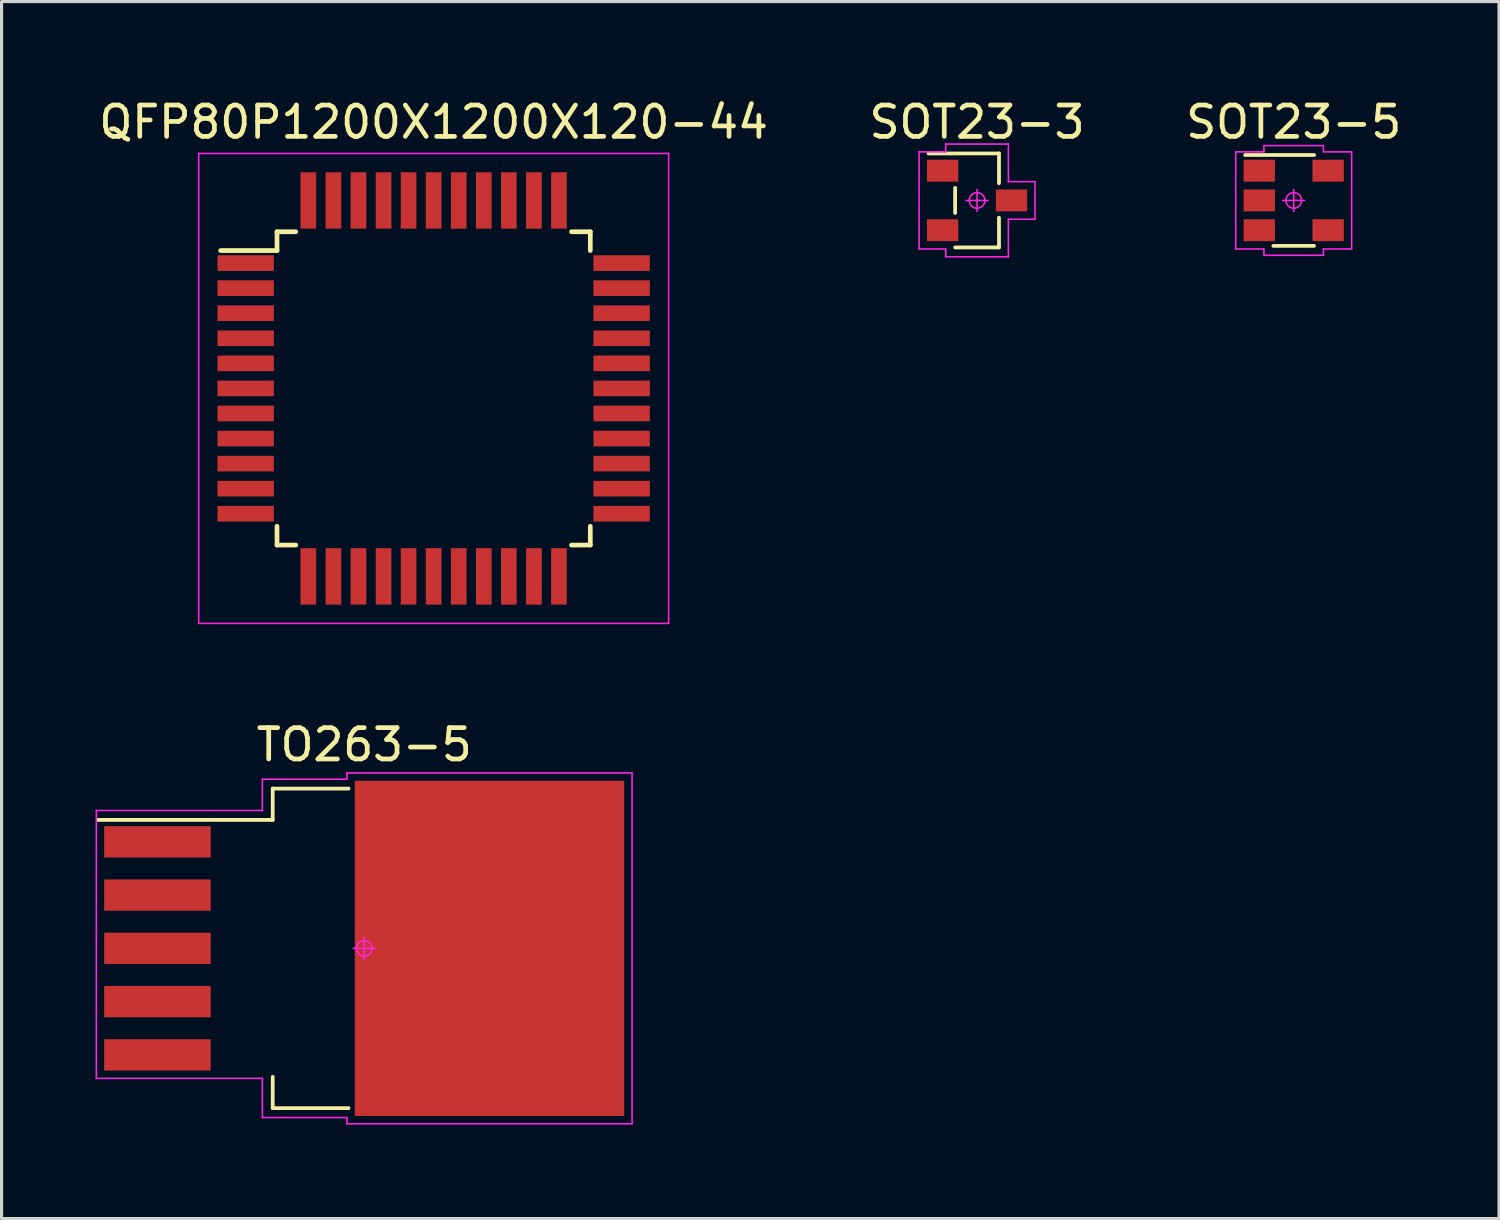
<source format=kicad_pcb>
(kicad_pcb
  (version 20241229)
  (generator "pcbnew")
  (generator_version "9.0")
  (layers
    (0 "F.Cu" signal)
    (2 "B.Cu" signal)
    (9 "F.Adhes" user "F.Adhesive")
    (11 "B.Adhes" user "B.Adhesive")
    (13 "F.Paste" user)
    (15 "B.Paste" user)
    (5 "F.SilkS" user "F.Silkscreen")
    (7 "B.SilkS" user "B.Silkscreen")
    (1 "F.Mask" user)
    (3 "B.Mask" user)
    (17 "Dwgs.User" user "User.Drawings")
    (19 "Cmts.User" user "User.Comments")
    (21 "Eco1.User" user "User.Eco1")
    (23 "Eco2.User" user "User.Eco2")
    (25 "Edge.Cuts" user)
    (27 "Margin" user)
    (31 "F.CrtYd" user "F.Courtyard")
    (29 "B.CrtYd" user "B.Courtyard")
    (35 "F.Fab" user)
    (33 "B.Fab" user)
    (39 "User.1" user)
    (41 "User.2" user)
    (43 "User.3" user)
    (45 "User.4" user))
  (footprint "SOT23-3"
    (layer "F.Cu")
    (at 28.137 3.348)
    (property "Reference" "SOT23-3" (at 0 -2.5 0) (layer "F.SilkS") (effects (font (size 1 1) (thickness 0.15))))
    (attr through_hole)
    (fp_line (start -0.7 -0.4) (end -0.7 0.4) (stroke (width 0.12) (type solid)) (layer "F.SilkS"))
    (fp_line (start 0.7 -1.5) (end -1.55 -1.5) (stroke (width 0.12) (type solid)) (layer "F.SilkS"))
    (fp_line (start 0.7 -0.55) (end 0.7 -1.5) (stroke (width 0.12) (type solid)) (layer "F.SilkS"))
    (fp_line (start 0.7 0.55) (end 0.7 1.5) (stroke (width 0.12) (type solid)) (layer "F.SilkS"))
    (fp_line (start 0.7 1.5) (end -0.7 1.5) (stroke (width 0.12) (type solid)) (layer "F.SilkS"))
    (fp_line (start -1.85 -1.55) (end -1 -1.55) (stroke (width 0.05) (type solid)) (layer "F.CrtYd"))
    (fp_line (start -1.85 1.55) (end -1.85 -1.55) (stroke (width 0.05) (type solid)) (layer "F.CrtYd"))
    (fp_line (start -1 -1.8) (end 1 -1.8) (stroke (width 0.05) (type solid)) (layer "F.CrtYd"))
    (fp_line (start -1 -1.55) (end -1 -1.8) (stroke (width 0.05) (type solid)) (layer "F.CrtYd"))
    (fp_line (start -1 1.55) (end -1.85 1.55) (stroke (width 0.05) (type solid)) (layer "F.CrtYd"))
    (fp_line (start -1 1.8) (end -1 1.55) (stroke (width 0.05) (type solid)) (layer "F.CrtYd"))
    (fp_line (start 0 -0.35) (end 0 0.35) (stroke (width 0.05) (type solid)) (layer "F.CrtYd"))
    (fp_line (start 0.35 0) (end -0.35 0) (stroke (width 0.05) (type solid)) (layer "F.CrtYd"))
    (fp_line (start 1 -1.8) (end 1 -0.6) (stroke (width 0.05) (type solid)) (layer "F.CrtYd"))
    (fp_line (start 1 -0.6) (end 1.85 -0.6) (stroke (width 0.05) (type solid)) (layer "F.CrtYd"))
    (fp_line (start 1 0.6) (end 1 1.8) (stroke (width 0.05) (type solid)) (layer "F.CrtYd"))
    (fp_line (start 1 1.8) (end -1 1.8) (stroke (width 0.05) (type solid)) (layer "F.CrtYd"))
    (fp_line (start 1.85 -0.6) (end 1.85 0.6) (stroke (width 0.05) (type solid)) (layer "F.CrtYd"))
    (fp_line (start 1.85 0.6) (end 1 0.6) (stroke (width 0.05) (type solid)) (layer "F.CrtYd"))
    (fp_circle (center 0 0) (end 0.25 0) (stroke (width 0.05) (type solid)) (fill no) (layer "F.CrtYd"))
    (pad "1" smd rect (at -1.1 -0.95) (size 1 0.7) (layers "F.Cu" "F.Mask" "F.Paste"))
    (pad "2" smd rect (at -1.1 0.95) (size 1 0.7) (layers "F.Cu" "F.Mask" "F.Paste"))
    (pad "3" smd rect (at 1.1 0) (size 1 0.7) (layers "F.Cu" "F.Mask" "F.Paste")))
  (footprint "SOT23-5"
    (layer "F.Cu")
    (at 38.244 3.348)
    (property "Reference" "SOT23-5" (at 0 -2.5 0) (layer "F.SilkS") (effects (font (size 1 1) (thickness 0.15))))
    (attr smd)
    (fp_line (start 0.65 -1.45) (end -1.55 -1.45) (stroke (width 0.12) (type solid)) (layer "F.SilkS"))
    (fp_line (start 0.65 1.45) (end -0.65 1.45) (stroke (width 0.12) (type solid)) (layer "F.SilkS"))
    (fp_line (start -1.85 -1.55) (end -0.95 -1.55) (stroke (width 0.05) (type solid)) (layer "F.CrtYd"))
    (fp_line (start -1.85 1.55) (end -1.85 -1.55) (stroke (width 0.05) (type solid)) (layer "F.CrtYd"))
    (fp_line (start -0.95 -1.75) (end 0.95 -1.75) (stroke (width 0.05) (type solid)) (layer "F.CrtYd"))
    (fp_line (start -0.95 -1.55) (end -0.95 -1.75) (stroke (width 0.05) (type solid)) (layer "F.CrtYd"))
    (fp_line (start -0.95 1.55) (end -1.85 1.55) (stroke (width 0.05) (type solid)) (layer "F.CrtYd"))
    (fp_line (start -0.95 1.75) (end -0.95 1.55) (stroke (width 0.05) (type solid)) (layer "F.CrtYd"))
    (fp_line (start -0.35 0) (end 0.35 0) (stroke (width 0.05) (type solid)) (layer "F.CrtYd"))
    (fp_line (start 0 -0.35) (end 0 0.35) (stroke (width 0.05) (type solid)) (layer "F.CrtYd"))
    (fp_line (start 0.95 -1.75) (end 0.95 -1.55) (stroke (width 0.05) (type solid)) (layer "F.CrtYd"))
    (fp_line (start 0.95 -1.55) (end 1.85 -1.55) (stroke (width 0.05) (type solid)) (layer "F.CrtYd"))
    (fp_line (start 0.95 1.55) (end 0.95 1.75) (stroke (width 0.05) (type solid)) (layer "F.CrtYd"))
    (fp_line (start 0.95 1.75) (end -0.95 1.75) (stroke (width 0.05) (type solid)) (layer "F.CrtYd"))
    (fp_line (start 1.85 -1.55) (end 1.85 1.55) (stroke (width 0.05) (type solid)) (layer "F.CrtYd"))
    (fp_line (start 1.85 1.55) (end 0.95 1.55) (stroke (width 0.05) (type solid)) (layer "F.CrtYd"))
    (fp_circle (center 0 0) (end 0.25 0) (stroke (width 0.05) (type solid)) (fill no) (layer "F.CrtYd"))
    (pad "1" smd rect (at -1.1 -0.95) (size 1 0.7) (layers "F.Cu" "F.Mask" "F.Paste"))
    (pad "2" smd rect (at -1.1 0) (size 1 0.7) (layers "F.Cu" "F.Mask" "F.Paste"))
    (pad "3" smd rect (at -1.1 0.95) (size 1 0.7) (layers "F.Cu" "F.Mask" "F.Paste"))
    (pad "4" smd rect (at 1.1 0.95) (size 1 0.7) (layers "F.Cu" "F.Mask" "F.Paste"))
    (pad "5" smd rect (at 1.1 -0.95) (size 1 0.7) (layers "F.Cu" "F.Mask" "F.Paste")))
  (footprint "QFP80P1200X1200X120-44"
    (layer "F.Cu")
    (at 10.792 9.348)
    (property "Reference" "QFP80P1200X1200X120-44" (at 0 -8.5 0) (layer "F.SilkS") (effects (font (size 1 1) (thickness 0.15))))
    (attr smd)
    (fp_line (start -5 -5) (end -5 -4.4) (stroke (width 0.15) (type solid)) (layer "F.SilkS"))
    (fp_line (start -5 -4.4) (end -6.8 -4.4) (stroke (width 0.15) (type solid)) (layer "F.SilkS"))
    (fp_line (start -5 4.4) (end -5 5) (stroke (width 0.15) (type solid)) (layer "F.SilkS"))
    (fp_line (start -5 5) (end -4.4 5) (stroke (width 0.15) (type solid)) (layer "F.SilkS"))
    (fp_line (start -4.4 -5) (end -5 -5) (stroke (width 0.15) (type solid)) (layer "F.SilkS"))
    (fp_line (start 4.4 -5) (end 5 -5) (stroke (width 0.15) (type solid)) (layer "F.SilkS"))
    (fp_line (start 5 -5) (end 5 -4.4) (stroke (width 0.15) (type solid)) (layer "F.SilkS"))
    (fp_line (start 5 4.4) (end 5 5) (stroke (width 0.15) (type solid)) (layer "F.SilkS"))
    (fp_line (start 5 5) (end 4.4 5) (stroke (width 0.15) (type solid)) (layer "F.SilkS"))
    (fp_line (start -7.5 -7.5) (end 7.5 -7.5) (stroke (width 0.05) (type solid)) (layer "F.CrtYd"))
    (fp_line (start -7.5 7.5) (end -7.5 -7.5) (stroke (width 0.05) (type solid)) (layer "F.CrtYd"))
    (fp_line (start 7.5 -7.5) (end 7.5 7.5) (stroke (width 0.05) (type solid)) (layer "F.CrtYd"))
    (fp_line (start 7.5 7.5) (end -7.5 7.5) (stroke (width 0.05) (type solid)) (layer "F.CrtYd"))
    (pad "1" smd rect (at -6 -4) (size 1.8 0.5) (layers "F.Cu" "F.Mask" "F.Paste"))
    (pad "2" smd rect (at -6 -3.2) (size 1.8 0.5) (layers "F.Cu" "F.Mask" "F.Paste"))
    (pad "3" smd rect (at -6 -2.4) (size 1.8 0.5) (layers "F.Cu" "F.Mask" "F.Paste"))
    (pad "4" smd rect (at -6 -1.6) (size 1.8 0.5) (layers "F.Cu" "F.Mask" "F.Paste"))
    (pad "5" smd rect (at -6 -0.8) (size 1.8 0.5) (layers "F.Cu" "F.Mask" "F.Paste"))
    (pad "6" smd rect (at -6 0) (size 1.8 0.5) (layers "F.Cu" "F.Mask" "F.Paste"))
    (pad "7" smd rect (at -6 0.8) (size 1.8 0.5) (layers "F.Cu" "F.Mask" "F.Paste"))
    (pad "8" smd rect (at -6 1.6) (size 1.8 0.5) (layers "F.Cu" "F.Mask" "F.Paste"))
    (pad "9" smd rect (at -6 2.4) (size 1.8 0.5) (layers "F.Cu" "F.Mask" "F.Paste"))
    (pad "10" smd rect (at -6 3.2) (size 1.8 0.5) (layers "F.Cu" "F.Mask" "F.Paste"))
    (pad "11" smd rect (at -6 4) (size 1.8 0.5) (layers "F.Cu" "F.Mask" "F.Paste"))
    (pad "12" smd rect (at -4 6) (size 0.5 1.8) (layers "F.Cu" "F.Mask" "F.Paste"))
    (pad "13" smd rect (at -3.2 6) (size 0.5 1.8) (layers "F.Cu" "F.Mask" "F.Paste"))
    (pad "14" smd rect (at -2.4 6) (size 0.5 1.8) (layers "F.Cu" "F.Mask" "F.Paste"))
    (pad "15" smd rect (at -1.6 6) (size 0.5 1.8) (layers "F.Cu" "F.Mask" "F.Paste"))
    (pad "16" smd rect (at -0.8 6) (size 0.5 1.8) (layers "F.Cu" "F.Mask" "F.Paste"))
    (pad "17" smd rect (at 0 6) (size 0.5 1.8) (layers "F.Cu" "F.Mask" "F.Paste"))
    (pad "18" smd rect (at 0.8 6) (size 0.5 1.8) (layers "F.Cu" "F.Mask" "F.Paste"))
    (pad "19" smd rect (at 1.6 6) (size 0.5 1.8) (layers "F.Cu" "F.Mask" "F.Paste"))
    (pad "20" smd rect (at 2.4 6) (size 0.5 1.8) (layers "F.Cu" "F.Mask" "F.Paste"))
    (pad "21" smd rect (at 3.2 6) (size 0.5 1.8) (layers "F.Cu" "F.Mask" "F.Paste"))
    (pad "22" smd rect (at 4 6) (size 0.5 1.8) (layers "F.Cu" "F.Mask" "F.Paste"))
    (pad "23" smd rect (at 6 4) (size 1.8 0.5) (layers "F.Cu" "F.Mask" "F.Paste"))
    (pad "24" smd rect (at 6 3.2) (size 1.8 0.5) (layers "F.Cu" "F.Mask" "F.Paste"))
    (pad "25" smd rect (at 6 2.4) (size 1.8 0.5) (layers "F.Cu" "F.Mask" "F.Paste"))
    (pad "26" smd rect (at 6 1.6) (size 1.8 0.5) (layers "F.Cu" "F.Mask" "F.Paste"))
    (pad "27" smd rect (at 6 0.8) (size 1.8 0.5) (layers "F.Cu" "F.Mask" "F.Paste"))
    (pad "28" smd rect (at 6 0) (size 1.8 0.5) (layers "F.Cu" "F.Mask" "F.Paste"))
    (pad "29" smd rect (at 6 -0.8) (size 1.8 0.5) (layers "F.Cu" "F.Mask" "F.Paste"))
    (pad "30" smd rect (at 6 -1.6) (size 1.8 0.5) (layers "F.Cu" "F.Mask" "F.Paste"))
    (pad "31" smd rect (at 6 -2.4) (size 1.8 0.5) (layers "F.Cu" "F.Mask" "F.Paste"))
    (pad "32" smd rect (at 6 -3.2) (size 1.8 0.5) (layers "F.Cu" "F.Mask" "F.Paste"))
    (pad "33" smd rect (at 6 -4) (size 1.8 0.5) (layers "F.Cu" "F.Mask" "F.Paste"))
    (pad "34" smd rect (at 4 -6) (size 0.5 1.8) (layers "F.Cu" "F.Mask" "F.Paste"))
    (pad "35" smd rect (at 3.2 -6) (size 0.5 1.8) (layers "F.Cu" "F.Mask" "F.Paste"))
    (pad "36" smd rect (at 2.4 -6) (size 0.5 1.8) (layers "F.Cu" "F.Mask" "F.Paste"))
    (pad "37" smd rect (at 1.6 -6) (size 0.5 1.8) (layers "F.Cu" "F.Mask" "F.Paste"))
    (pad "38" smd rect (at 0.8 -6) (size 0.5 1.8) (layers "F.Cu" "F.Mask" "F.Paste"))
    (pad "39" smd rect (at 0 -6) (size 0.5 1.8) (layers "F.Cu" "F.Mask" "F.Paste"))
    (pad "40" smd rect (at -0.8 -6) (size 0.5 1.8) (layers "F.Cu" "F.Mask" "F.Paste"))
    (pad "41" smd rect (at -1.6 -6) (size 0.5 1.8) (layers "F.Cu" "F.Mask" "F.Paste"))
    (pad "42" smd rect (at -2.4 -6) (size 0.5 1.8) (layers "F.Cu" "F.Mask" "F.Paste"))
    (pad "43" smd rect (at -3.2 -6) (size 0.5 1.8) (layers "F.Cu" "F.Mask" "F.Paste"))
    (pad "44" smd rect (at -4 -6) (size 0.5 1.8) (layers "F.Cu" "F.Mask" "F.Paste")))
  (footprint "TO263-5"
    (layer "F.Cu")
    (at 8.575 27.221)
    (property "Reference" "TO263-5" (at 0 -6.5 0) (layer "F.SilkS") (effects (font (size 1 1) (thickness 0.15))))
    (attr smd)
    (fp_line (start -8.5 -4.1) (end -2.92 -4.1) (stroke (width 0.12) (type solid)) (layer "F.SilkS"))
    (fp_line (start -2.92 -5.1) (end -2.92 -4.1) (stroke (width 0.12) (type solid)) (layer "F.SilkS"))
    (fp_line (start -2.92 4.1) (end -2.92 5.1) (stroke (width 0.12) (type solid)) (layer "F.SilkS"))
    (fp_line (start -0.5 -5.1) (end -2.92 -5.1) (stroke (width 0.12) (type solid)) (layer "F.SilkS"))
    (fp_line (start -0.5 5.1) (end -2.92 5.1) (stroke (width 0.12) (type solid)) (layer "F.SilkS"))
    (fp_line (start -8.55 -4.4) (end -3.25 -4.4) (stroke (width 0.05) (type solid)) (layer "F.CrtYd"))
    (fp_line (start -8.55 4.15) (end -8.55 -4.4) (stroke (width 0.05) (type solid)) (layer "F.CrtYd"))
    (fp_line (start -3.25 -5.4) (end -0.55 -5.4) (stroke (width 0.05) (type solid)) (layer "F.CrtYd"))
    (fp_line (start -3.25 -4.4) (end -3.25 -5.4) (stroke (width 0.05) (type solid)) (layer "F.CrtYd"))
    (fp_line (start -3.25 4.15) (end -8.55 4.15) (stroke (width 0.05) (type solid)) (layer "F.CrtYd"))
    (fp_line (start -3.25 5.4) (end -3.25 4.15) (stroke (width 0.05) (type solid)) (layer "F.CrtYd"))
    (fp_line (start -0.55 -5.6) (end 8.55 -5.6) (stroke (width 0.05) (type solid)) (layer "F.CrtYd"))
    (fp_line (start -0.55 -5.4) (end -0.55 -5.6) (stroke (width 0.05) (type solid)) (layer "F.CrtYd"))
    (fp_line (start -0.55 5.4) (end -3.25 5.4) (stroke (width 0.05) (type solid)) (layer "F.CrtYd"))
    (fp_line (start -0.55 5.6) (end -0.55 5.4) (stroke (width 0.05) (type solid)) (layer "F.CrtYd"))
    (fp_line (start -0.35 0) (end 0.35 0) (stroke (width 0.05) (type solid)) (layer "F.CrtYd"))
    (fp_line (start 0 -0.35) (end 0 0.35) (stroke (width 0.05) (type solid)) (layer "F.CrtYd"))
    (fp_line (start 8.55 -5.6) (end 8.55 5.6) (stroke (width 0.05) (type solid)) (layer "F.CrtYd"))
    (fp_line (start 8.55 5.6) (end -0.55 5.6) (stroke (width 0.05) (type solid)) (layer "F.CrtYd"))
    (fp_circle (center 0 0) (end 0.25 0) (stroke (width 0.05) (type solid)) (fill no) (layer "F.CrtYd"))
    (pad "1" smd rect (at -6.6 -3.4) (size 3.4 1) (layers "F.Cu" "F.Mask" "F.Paste"))
    (pad "2" smd rect (at -6.6 -1.7) (size 3.4 1) (layers "F.Cu" "F.Mask" "F.Paste"))
    (pad "3" smd rect (at -6.6 0) (size 3.4 1) (layers "F.Cu" "F.Mask" "F.Paste"))
    (pad "4" smd rect (at -6.6 1.7) (size 3.4 1) (layers "F.Cu" "F.Mask" "F.Paste"))
    (pad "5" smd rect (at -6.6 3.4) (size 3.4 1) (layers "F.Cu" "F.Mask" "F.Paste"))
    (pad "6" smd rect (at 4 0) (size 8.6 10.7) (layers "F.Cu" "F.Mask" "F.Paste")))
  (gr_rect
    (start -3 -3)
    (end 44.798 35.846)
    (stroke (width 0.1) (type default))
    (fill no)
    (layer "Edge.Cuts")))
</source>
